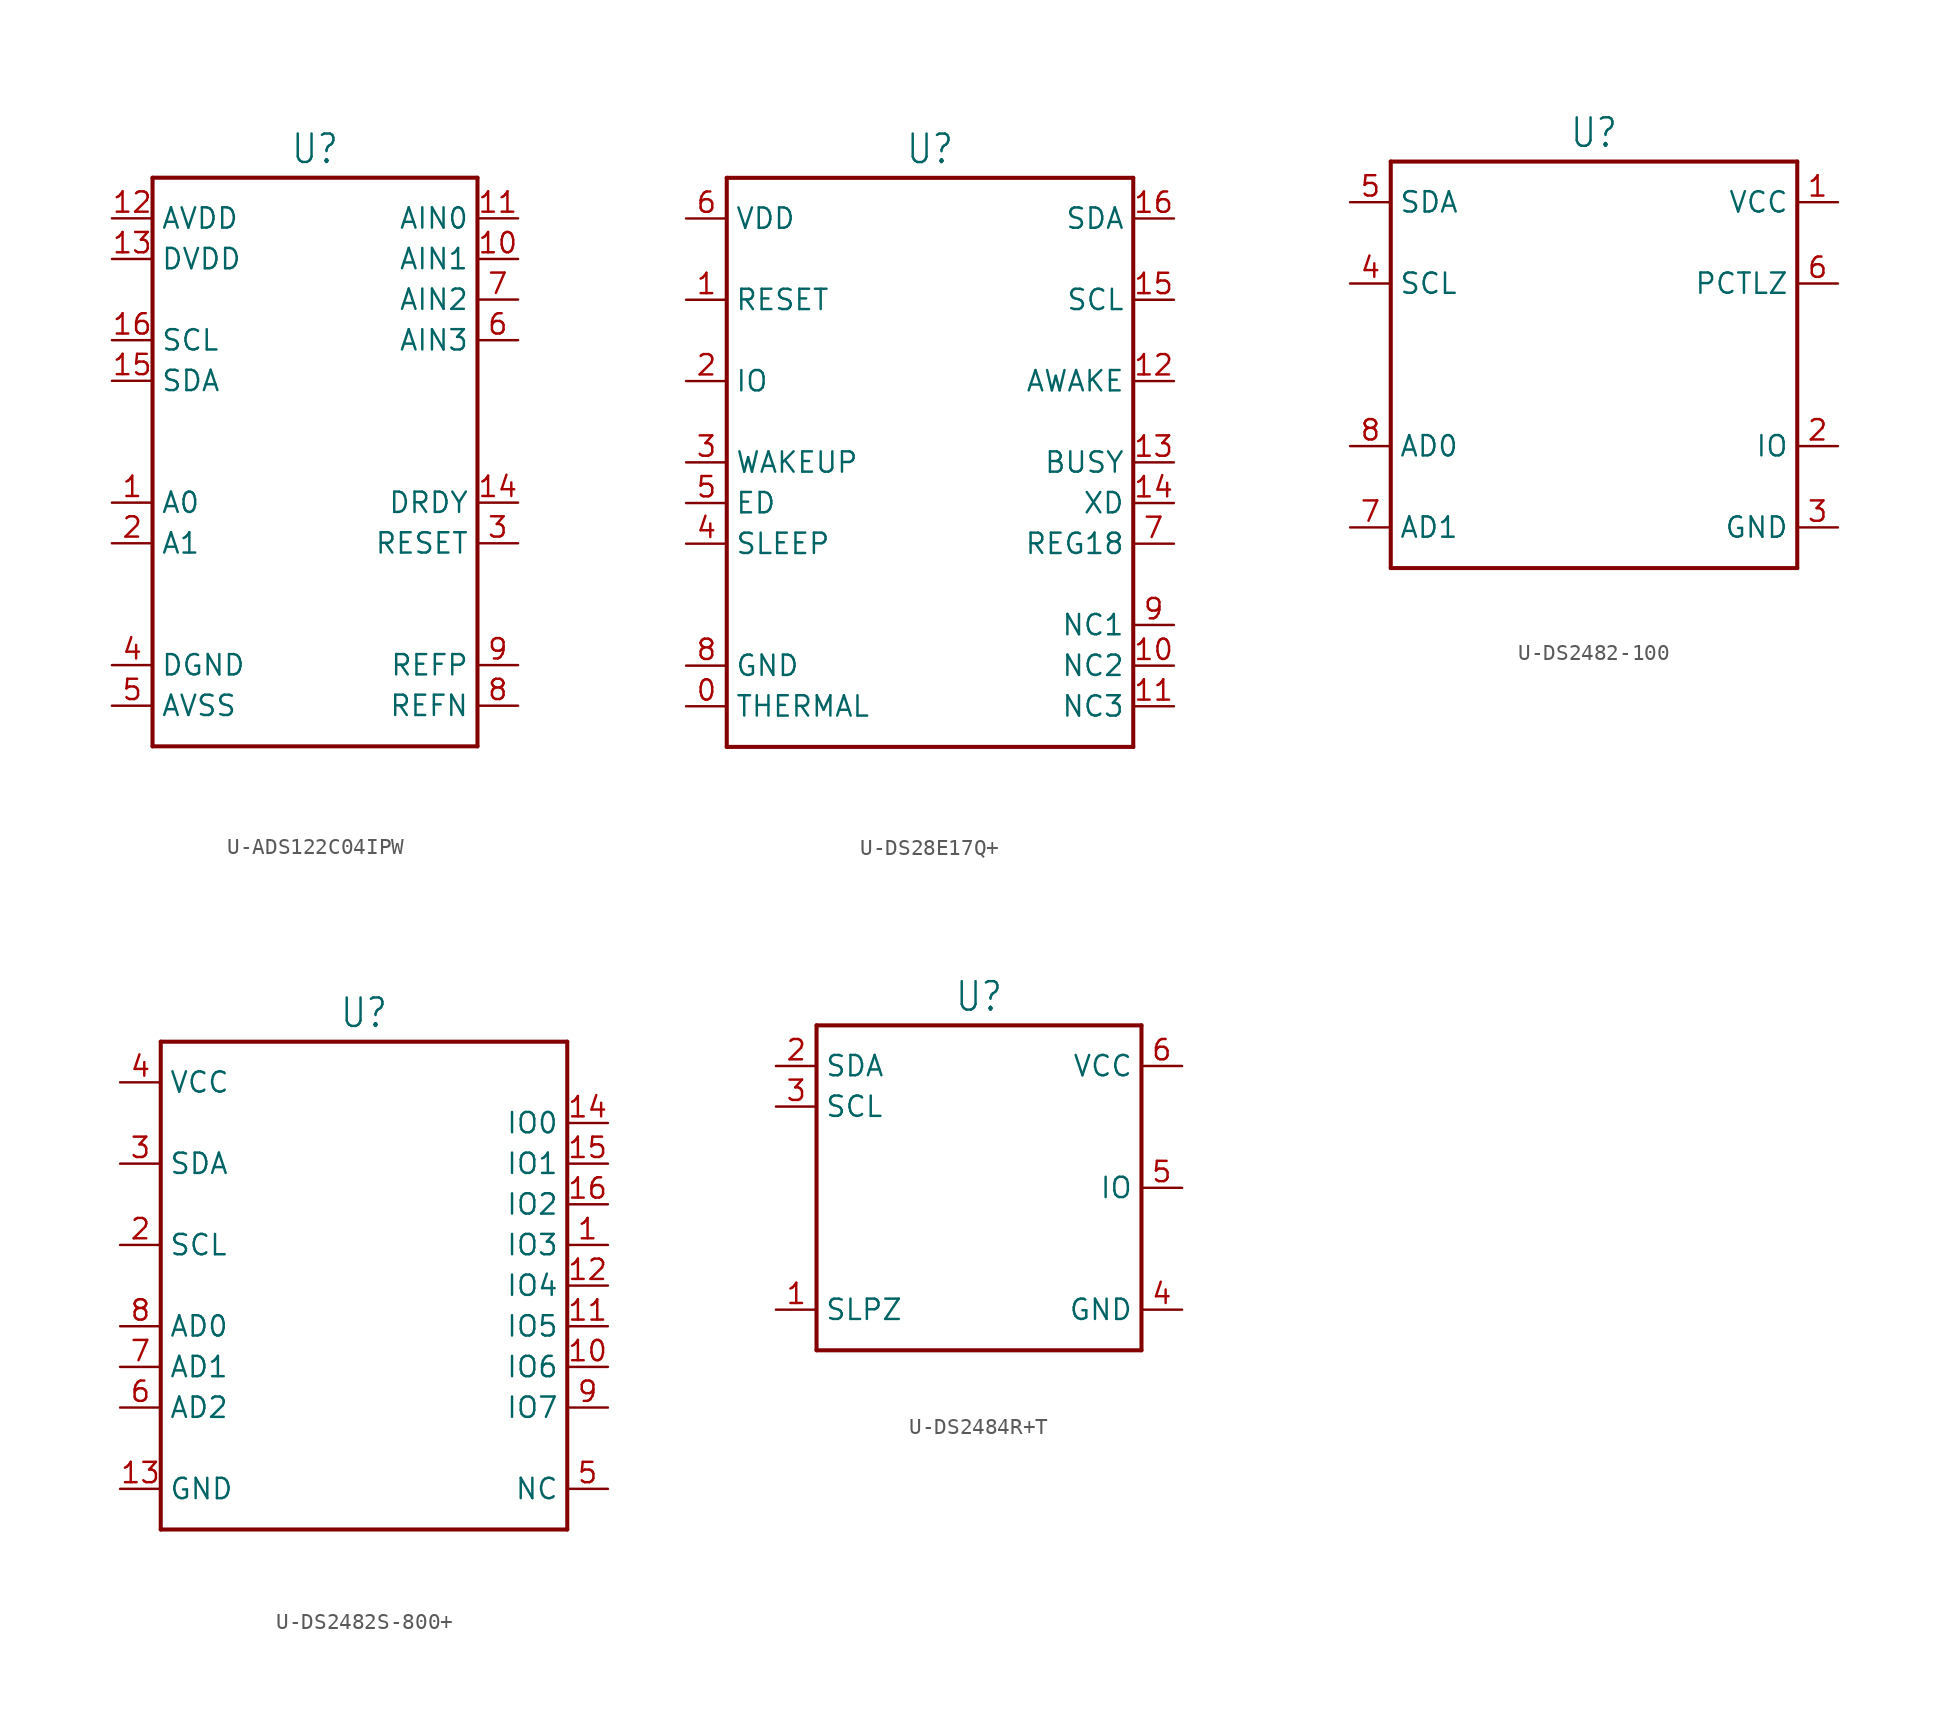
<source format=kicad_sym>
(kicad_symbol_lib
  (version 20231120)
  (generator "kicad_symbol_editor")
  (generator_version "8.0")
  (symbol "U-ADS122C04IPW"
    (property "Reference" "U"
      (at 0 18.542 0)
      (effects (font (size 1.778 1.511)) (justify bottom)))
    (property "Value" ""
      (at 0 -18.542 0)
      (effects (font (size 1.778 1.511)) (justify top)))
    (property "ki_locked" ""
      (at 0 0 0)
      (effects (font (size 1.27 1.27))))
    (symbol "U-ADS122C04IPW_1_0"
      (polyline (pts (xy -10.16 -17.78) (xy 10.16 -17.78)) (stroke (width 0.254) (type solid)) (fill (type none)))
      (polyline (pts (xy -10.16 17.78) (xy -10.16 -17.78)) (stroke (width 0.254) (type solid)) (fill (type none)))
      (polyline (pts (xy 10.16 -17.78) (xy 10.16 17.78)) (stroke (width 0.254) (type solid)) (fill (type none)))
      (polyline (pts (xy 10.16 17.78) (xy -10.16 17.78)) (stroke (width 0.254) (type solid)) (fill (type none)))
      (pin passive line (at -12.7 -2.54 0) (length 2.54) (name "A0" (effects (font (size 1.27 1.27)))) (number "1" (effects (font (size 1.27 1.27)))))
      (pin passive line (at 12.7 12.7 180) (length 2.54) (name "AIN1" (effects (font (size 1.27 1.27)))) (number "10" (effects (font (size 1.27 1.27)))))
      (pin passive line (at 12.7 15.24 180) (length 2.54) (name "AIN0" (effects (font (size 1.27 1.27)))) (number "11" (effects (font (size 1.27 1.27)))))
      (pin passive line (at -12.7 15.24 0) (length 2.54) (name "AVDD" (effects (font (size 1.27 1.27)))) (number "12" (effects (font (size 1.27 1.27)))))
      (pin passive line (at -12.7 12.7 0) (length 2.54) (name "DVDD" (effects (font (size 1.27 1.27)))) (number "13" (effects (font (size 1.27 1.27)))))
      (pin passive line (at 12.7 -2.54 180) (length 2.54) (name "DRDY" (effects (font (size 1.27 1.27)))) (number "14" (effects (font (size 1.27 1.27)))))
      (pin passive line (at -12.7 5.08 0) (length 2.54) (name "SDA" (effects (font (size 1.27 1.27)))) (number "15" (effects (font (size 1.27 1.27)))))
      (pin passive line (at -12.7 7.62 0) (length 2.54) (name "SCL" (effects (font (size 1.27 1.27)))) (number "16" (effects (font (size 1.27 1.27)))))
      (pin passive line (at -12.7 -5.08 0) (length 2.54) (name "A1" (effects (font (size 1.27 1.27)))) (number "2" (effects (font (size 1.27 1.27)))))
      (pin passive line (at 12.7 -5.08 180) (length 2.54) (name "RESET" (effects (font (size 1.27 1.27)))) (number "3" (effects (font (size 1.27 1.27)))))
      (pin passive line (at -12.7 -12.7 0) (length 2.54) (name "DGND" (effects (font (size 1.27 1.27)))) (number "4" (effects (font (size 1.27 1.27)))))
      (pin passive line (at -12.7 -15.24 0) (length 2.54) (name "AVSS" (effects (font (size 1.27 1.27)))) (number "5" (effects (font (size 1.27 1.27)))))
      (pin passive line (at 12.7 7.62 180) (length 2.54) (name "AIN3" (effects (font (size 1.27 1.27)))) (number "6" (effects (font (size 1.27 1.27)))))
      (pin passive line (at 12.7 10.16 180) (length 2.54) (name "AIN2" (effects (font (size 1.27 1.27)))) (number "7" (effects (font (size 1.27 1.27)))))
      (pin passive line (at 12.7 -15.24 180) (length 2.54) (name "REFN" (effects (font (size 1.27 1.27)))) (number "8" (effects (font (size 1.27 1.27)))))
      (pin passive line (at 12.7 -12.7 180) (length 2.54) (name "REFP" (effects (font (size 1.27 1.27)))) (number "9" (effects (font (size 1.27 1.27)))))))
  (symbol "U-DS28E17Q+"
    (property "Reference" "U"
      (at 0 18.542 0)
      (effects (font (size 1.778 1.511)) (justify bottom)))
    (property "Value" ""
      (at 0 -18.542 0)
      (effects (font (size 1.778 1.511)) (justify top)))
    (property "ki_locked" ""
      (at 0 0 0)
      (effects (font (size 1.27 1.27))))
    (symbol "U-DS28E17Q+_1_0"
      (polyline (pts (xy -12.7 -17.78) (xy -12.7 17.78)) (stroke (width 0.254) (type solid)) (fill (type none)))
      (polyline (pts (xy -12.7 17.78) (xy 12.7 17.78)) (stroke (width 0.254) (type solid)) (fill (type none)))
      (polyline (pts (xy 12.7 -17.78) (xy -12.7 -17.78)) (stroke (width 0.254) (type solid)) (fill (type none)))
      (polyline (pts (xy 12.7 17.78) (xy 12.7 -17.78)) (stroke (width 0.254) (type solid)) (fill (type none)))
      (pin passive line (at -15.24 -15.24 0) (length 2.54) (name "THERMAL" (effects (font (size 1.27 1.27)))) (number "0" (effects (font (size 1.27 1.27)))))
      (pin passive line (at -15.24 10.16 0) (length 2.54) (name "RESET" (effects (font (size 1.27 1.27)))) (number "1" (effects (font (size 1.27 1.27)))))
      (pin passive line (at 15.24 -12.7 180) (length 2.54) (name "NC2" (effects (font (size 1.27 1.27)))) (number "10" (effects (font (size 1.27 1.27)))))
      (pin passive line (at 15.24 -15.24 180) (length 2.54) (name "NC3" (effects (font (size 1.27 1.27)))) (number "11" (effects (font (size 1.27 1.27)))))
      (pin passive line (at 15.24 5.08 180) (length 2.54) (name "AWAKE" (effects (font (size 1.27 1.27)))) (number "12" (effects (font (size 1.27 1.27)))))
      (pin passive line (at 15.24 0 180) (length 2.54) (name "BUSY" (effects (font (size 1.27 1.27)))) (number "13" (effects (font (size 1.27 1.27)))))
      (pin passive line (at 15.24 -2.54 180) (length 2.54) (name "XD" (effects (font (size 1.27 1.27)))) (number "14" (effects (font (size 1.27 1.27)))))
      (pin passive line (at 15.24 10.16 180) (length 2.54) (name "SCL" (effects (font (size 1.27 1.27)))) (number "15" (effects (font (size 1.27 1.27)))))
      (pin passive line (at 15.24 15.24 180) (length 2.54) (name "SDA" (effects (font (size 1.27 1.27)))) (number "16" (effects (font (size 1.27 1.27)))))
      (pin passive line (at -15.24 5.08 0) (length 2.54) (name "IO" (effects (font (size 1.27 1.27)))) (number "2" (effects (font (size 1.27 1.27)))))
      (pin passive line (at -15.24 0 0) (length 2.54) (name "WAKEUP" (effects (font (size 1.27 1.27)))) (number "3" (effects (font (size 1.27 1.27)))))
      (pin passive line (at -15.24 -5.08 0) (length 2.54) (name "SLEEP" (effects (font (size 1.27 1.27)))) (number "4" (effects (font (size 1.27 1.27)))))
      (pin passive line (at -15.24 -2.54 0) (length 2.54) (name "ED" (effects (font (size 1.27 1.27)))) (number "5" (effects (font (size 1.27 1.27)))))
      (pin passive line (at -15.24 15.24 0) (length 2.54) (name "VDD" (effects (font (size 1.27 1.27)))) (number "6" (effects (font (size 1.27 1.27)))))
      (pin passive line (at 15.24 -5.08 180) (length 2.54) (name "REG18" (effects (font (size 1.27 1.27)))) (number "7" (effects (font (size 1.27 1.27)))))
      (pin passive line (at -15.24 -12.7 0) (length 2.54) (name "GND" (effects (font (size 1.27 1.27)))) (number "8" (effects (font (size 1.27 1.27)))))
      (pin passive line (at 15.24 -10.16 180) (length 2.54) (name "NC1" (effects (font (size 1.27 1.27)))) (number "9" (effects (font (size 1.27 1.27)))))))
  (symbol "U-DS2482-100"
    (property "Reference" "U"
      (at 0 13.462 0)
      (effects (font (size 1.778 1.511)) (justify bottom)))
    (property "Value" ""
      (at 0 -13.462 0)
      (effects (font (size 1.778 1.511)) (justify top)))
    (property "ki_locked" ""
      (at 0 0 0)
      (effects (font (size 1.27 1.27))))
    (symbol "U-DS2482-100_1_0"
      (polyline (pts (xy -12.7 -12.7) (xy -12.7 12.7)) (stroke (width 0.254) (type solid)) (fill (type none)))
      (polyline (pts (xy -12.7 12.7) (xy 12.7 12.7)) (stroke (width 0.254) (type solid)) (fill (type none)))
      (polyline (pts (xy 12.7 -12.7) (xy -12.7 -12.7)) (stroke (width 0.254) (type solid)) (fill (type none)))
      (polyline (pts (xy 12.7 12.7) (xy 12.7 -12.7)) (stroke (width 0.254) (type solid)) (fill (type none)))
      (pin passive line (at 15.24 10.16 180) (length 2.54) (name "VCC" (effects (font (size 1.27 1.27)))) (number "1" (effects (font (size 1.27 1.27)))))
      (pin passive line (at 15.24 -5.08 180) (length 2.54) (name "IO" (effects (font (size 1.27 1.27)))) (number "2" (effects (font (size 1.27 1.27)))))
      (pin passive line (at 15.24 -10.16 180) (length 2.54) (name "GND" (effects (font (size 1.27 1.27)))) (number "3" (effects (font (size 1.27 1.27)))))
      (pin passive line (at -15.24 5.08 0) (length 2.54) (name "SCL" (effects (font (size 1.27 1.27)))) (number "4" (effects (font (size 1.27 1.27)))))
      (pin passive line (at -15.24 10.16 0) (length 2.54) (name "SDA" (effects (font (size 1.27 1.27)))) (number "5" (effects (font (size 1.27 1.27)))))
      (pin passive line (at 15.24 5.08 180) (length 2.54) (name "PCTLZ" (effects (font (size 1.27 1.27)))) (number "6" (effects (font (size 1.27 1.27)))))
      (pin passive line (at -15.24 -10.16 0) (length 2.54) (name "AD1" (effects (font (size 1.27 1.27)))) (number "7" (effects (font (size 1.27 1.27)))))
      (pin passive line (at -15.24 -5.08 0) (length 2.54) (name "AD0" (effects (font (size 1.27 1.27)))) (number "8" (effects (font (size 1.27 1.27)))))))
  (symbol "U-DS2482S-800+"
    (property "Reference" "U"
      (at 0 16.002 0)
      (effects (font (size 1.778 1.511)) (justify bottom)))
    (property "Value" ""
      (at 0 -16.002 0)
      (effects (font (size 1.778 1.511)) (justify top)))
    (property "ki_locked" ""
      (at 0 0 0)
      (effects (font (size 1.27 1.27))))
    (symbol "U-DS2482S-800+_1_0"
      (polyline (pts (xy -12.7 -15.24) (xy -12.7 15.24)) (stroke (width 0.254) (type solid)) (fill (type none)))
      (polyline (pts (xy -12.7 15.24) (xy 12.7 15.24)) (stroke (width 0.254) (type solid)) (fill (type none)))
      (polyline (pts (xy 12.7 -15.24) (xy -12.7 -15.24)) (stroke (width 0.254) (type solid)) (fill (type none)))
      (polyline (pts (xy 12.7 15.24) (xy 12.7 -15.24)) (stroke (width 0.254) (type solid)) (fill (type none)))
      (pin passive line (at 15.24 2.54 180) (length 2.54) (name "IO3" (effects (font (size 1.27 1.27)))) (number "1" (effects (font (size 1.27 1.27)))))
      (pin passive line (at 15.24 -5.08 180) (length 2.54) (name "IO6" (effects (font (size 1.27 1.27)))) (number "10" (effects (font (size 1.27 1.27)))))
      (pin passive line (at 15.24 -2.54 180) (length 2.54) (name "IO5" (effects (font (size 1.27 1.27)))) (number "11" (effects (font (size 1.27 1.27)))))
      (pin passive line (at 15.24 0 180) (length 2.54) (name "IO4" (effects (font (size 1.27 1.27)))) (number "12" (effects (font (size 1.27 1.27)))))
      (pin passive line (at -15.24 -12.7 0) (length 2.54) (name "GND" (effects (font (size 1.27 1.27)))) (number "13" (effects (font (size 1.27 1.27)))))
      (pin passive line (at 15.24 10.16 180) (length 2.54) (name "IO0" (effects (font (size 1.27 1.27)))) (number "14" (effects (font (size 1.27 1.27)))))
      (pin passive line (at 15.24 7.62 180) (length 2.54) (name "IO1" (effects (font (size 1.27 1.27)))) (number "15" (effects (font (size 1.27 1.27)))))
      (pin passive line (at 15.24 5.08 180) (length 2.54) (name "IO2" (effects (font (size 1.27 1.27)))) (number "16" (effects (font (size 1.27 1.27)))))
      (pin passive line (at -15.24 2.54 0) (length 2.54) (name "SCL" (effects (font (size 1.27 1.27)))) (number "2" (effects (font (size 1.27 1.27)))))
      (pin passive line (at -15.24 7.62 0) (length 2.54) (name "SDA" (effects (font (size 1.27 1.27)))) (number "3" (effects (font (size 1.27 1.27)))))
      (pin passive line (at -15.24 12.7 0) (length 2.54) (name "VCC" (effects (font (size 1.27 1.27)))) (number "4" (effects (font (size 1.27 1.27)))))
      (pin passive line (at 15.24 -12.7 180) (length 2.54) (name "NC" (effects (font (size 1.27 1.27)))) (number "5" (effects (font (size 1.27 1.27)))))
      (pin passive line (at -15.24 -7.62 0) (length 2.54) (name "AD2" (effects (font (size 1.27 1.27)))) (number "6" (effects (font (size 1.27 1.27)))))
      (pin passive line (at -15.24 -5.08 0) (length 2.54) (name "AD1" (effects (font (size 1.27 1.27)))) (number "7" (effects (font (size 1.27 1.27)))))
      (pin passive line (at -15.24 -2.54 0) (length 2.54) (name "AD0" (effects (font (size 1.27 1.27)))) (number "8" (effects (font (size 1.27 1.27)))))
      (pin passive line (at 15.24 -7.62 180) (length 2.54) (name "IO7" (effects (font (size 1.27 1.27)))) (number "9" (effects (font (size 1.27 1.27)))))))
  (symbol "U-DS2484R+T"
    (property "Reference" "U"
      (at 0 10.922 0)
      (effects (font (size 1.778 1.511)) (justify bottom)))
    (property "Value" ""
      (at 0 -10.922 0)
      (effects (font (size 1.778 1.511)) (justify top)))
    (property "ki_locked" ""
      (at 0 0 0)
      (effects (font (size 1.27 1.27))))
    (symbol "U-DS2484R+T_1_0"
      (polyline (pts (xy -10.16 -10.16) (xy -10.16 10.16)) (stroke (width 0.254) (type solid)) (fill (type none)))
      (polyline (pts (xy -10.16 10.16) (xy 10.16 10.16)) (stroke (width 0.254) (type solid)) (fill (type none)))
      (polyline (pts (xy 10.16 -10.16) (xy -10.16 -10.16)) (stroke (width 0.254) (type solid)) (fill (type none)))
      (polyline (pts (xy 10.16 10.16) (xy 10.16 -10.16)) (stroke (width 0.254) (type solid)) (fill (type none)))
      (pin passive line (at -12.7 -7.62 0) (length 2.54) (name "SLPZ" (effects (font (size 1.27 1.27)))) (number "1" (effects (font (size 1.27 1.27)))))
      (pin passive line (at -12.7 7.62 0) (length 2.54) (name "SDA" (effects (font (size 1.27 1.27)))) (number "2" (effects (font (size 1.27 1.27)))))
      (pin passive line (at -12.7 5.08 0) (length 2.54) (name "SCL" (effects (font (size 1.27 1.27)))) (number "3" (effects (font (size 1.27 1.27)))))
      (pin passive line (at 12.7 -7.62 180) (length 2.54) (name "GND" (effects (font (size 1.27 1.27)))) (number "4" (effects (font (size 1.27 1.27)))))
      (pin passive line (at 12.7 0 180) (length 2.54) (name "IO" (effects (font (size 1.27 1.27)))) (number "5" (effects (font (size 1.27 1.27)))))
      (pin passive line (at 12.7 7.62 180) (length 2.54) (name "VCC" (effects (font (size 1.27 1.27)))) (number "6" (effects (font (size 1.27 1.27))))))))
</source>
